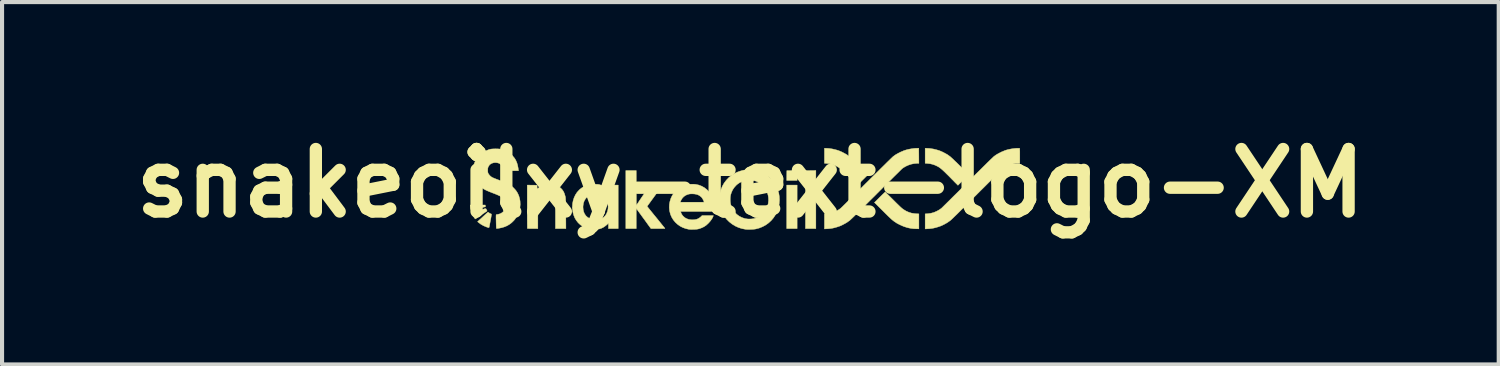
<source format=kicad_pcb>
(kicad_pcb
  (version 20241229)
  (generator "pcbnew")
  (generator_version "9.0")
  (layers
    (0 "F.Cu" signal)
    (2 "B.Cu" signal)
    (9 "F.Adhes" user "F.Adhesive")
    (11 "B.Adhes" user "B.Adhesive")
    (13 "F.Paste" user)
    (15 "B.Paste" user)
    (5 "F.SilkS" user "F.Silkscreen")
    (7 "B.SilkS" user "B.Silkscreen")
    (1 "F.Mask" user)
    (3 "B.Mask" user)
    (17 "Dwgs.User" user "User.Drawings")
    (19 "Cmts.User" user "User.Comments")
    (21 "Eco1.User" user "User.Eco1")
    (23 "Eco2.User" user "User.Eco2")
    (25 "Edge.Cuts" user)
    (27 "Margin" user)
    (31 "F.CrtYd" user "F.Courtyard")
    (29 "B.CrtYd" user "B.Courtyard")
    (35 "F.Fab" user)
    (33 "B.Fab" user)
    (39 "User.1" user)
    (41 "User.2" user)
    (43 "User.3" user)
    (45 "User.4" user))
  (footprint "snakeoilxy-text-logo-XM"
    (layer "F.Cu")
    (at 15.247 1.418)
    (property "Reference" "snakeoilxy-text-logo-XM" (at 0 0 0) (layer "F.SilkS") (effects (font (size 1.524 1.524) (thickness 0.3))))
    (attr through_hole)
    (fp_poly (pts (xy 1.14 1.106) (xy 0.886 1.106) (xy 0.886 0.045) (xy 1.14 0.045) (xy 1.14 1.106)) (stroke (width 0.01) (type solid)) (fill yes) (layer "F.SilkS"))
    (fp_poly (pts (xy 1.14 -0.068) (xy 0.886 -0.068) (xy 0.887 -0.188) (xy 0.889 -0.308) (xy 1.015 -0.309) (xy 1.14 -0.311) (xy 1.14 -0.068)) (stroke (width 0.01) (type solid)) (fill yes) (layer "F.SilkS"))
    (fp_poly (pts (xy 1.597 1.106) (xy 1.343 1.106) (xy 1.345 0.399) (xy 1.346 -0.308) (xy 1.472 -0.309) (xy 1.597 -0.311) (xy 1.597 1.106)) (stroke (width 0.01) (type solid)) (fill yes) (layer "F.SilkS"))
    (fp_poly (pts (xy -6.461 0.552) (xy -6.46 0.566) (xy -6.46 0.574) (xy -6.46 0.574) (xy -6.466 0.576) (xy -6.479 0.579) (xy -6.489 0.581) (xy -6.51 0.585) (xy -6.535 0.591) (xy -6.553 0.595) (xy -6.606 0.606) (xy -6.648 0.615) (xy -6.682 0.623) (xy -6.71 0.629) (xy -6.731 0.634) (xy -6.749 0.638) (xy -6.76 0.641) (xy -6.784 0.646) (xy -6.8 0.648) (xy -6.809 0.648) (xy -6.813 0.643) (xy -6.815 0.639) (xy -6.819 0.623) (xy -6.823 0.601) (xy -6.827 0.578) (xy -6.829 0.557) (xy -6.83 0.546) (xy -6.83 0.531) (xy -6.464 0.531) (xy -6.461 0.552)) (stroke (width 0.01) (type solid)) (fill yes) (layer "F.SilkS"))
    (fp_poly (pts (xy -6.453 0.619) (xy -6.446 0.624) (xy -6.44 0.632) (xy -6.434 0.645) (xy -6.434 0.645) (xy -6.419 0.676) (xy -6.558 0.772) (xy -6.593 0.796) (xy -6.626 0.818) (xy -6.654 0.837) (xy -6.677 0.853) (xy -6.694 0.864) (xy -6.702 0.87) (xy -6.704 0.871) (xy -6.71 0.868) (xy -6.72 0.857) (xy -6.733 0.839) (xy -6.735 0.837) (xy -6.764 0.788) (xy -6.786 0.742) (xy -6.789 0.733) (xy -6.792 0.726) (xy -6.791 0.721) (xy -6.785 0.717) (xy -6.773 0.712) (xy -6.752 0.706) (xy -6.743 0.703) (xy -6.719 0.696) (xy -6.697 0.689) (xy -6.682 0.684) (xy -6.677 0.683) (xy -6.665 0.679) (xy -6.646 0.673) (xy -6.624 0.667) (xy -6.621 0.666) (xy -6.594 0.658) (xy -6.563 0.648) (xy -6.534 0.639) (xy -6.53 0.638) (xy -6.499 0.628) (xy -6.477 0.621) (xy -6.462 0.618) (xy -6.453 0.619)) (stroke (width 0.01) (type solid)) (fill yes) (layer "F.SilkS"))
    (fp_poly (pts (xy -6.372 0.722) (xy -6.354 0.734) (xy -6.336 0.743) (xy -6.33 0.745) (xy -6.317 0.75) (xy -6.312 0.757) (xy -6.313 0.77) (xy -6.313 0.772) (xy -6.317 0.792) (xy -6.322 0.82) (xy -6.327 0.852) (xy -6.334 0.886) (xy -6.34 0.919) (xy -6.342 0.929) (xy -6.346 0.952) (xy -6.352 0.982) (xy -6.357 1.013) (xy -6.359 1.026) (xy -6.365 1.053) (xy -6.369 1.071) (xy -6.374 1.081) (xy -6.378 1.083) (xy -6.387 1.082) (xy -6.404 1.077) (xy -6.425 1.07) (xy -6.432 1.068) (xy -6.506 1.037) (xy -6.574 0.998) (xy -6.632 0.954) (xy -6.652 0.938) (xy -6.638 0.924) (xy -6.623 0.91) (xy -6.603 0.891) (xy -6.578 0.869) (xy -6.551 0.844) (xy -6.523 0.818) (xy -6.496 0.793) (xy -6.47 0.769) (xy -6.447 0.749) (xy -6.428 0.732) (xy -6.416 0.721) (xy -6.411 0.717) (xy -6.396 0.705) (xy -6.372 0.722)) (stroke (width 0.01) (type solid)) (fill yes) (layer "F.SilkS"))
    (fp_poly (pts (xy 1.85 -0.852) (xy 1.877 -0.851) (xy 1.906 -0.849) (xy 1.928 -0.847) (xy 1.951 -0.843) (xy 1.973 -0.84) (xy 1.984 -0.838) (xy 1.999 -0.836) (xy 2.022 -0.831) (xy 2.05 -0.824) (xy 2.08 -0.817) (xy 2.108 -0.809) (xy 2.131 -0.802) (xy 2.155 -0.794) (xy 2.187 -0.781) (xy 2.222 -0.766) (xy 2.238 -0.758) (xy 2.253 -0.751) (xy 2.273 -0.74) (xy 2.295 -0.728) (xy 2.318 -0.716) (xy 2.337 -0.705) (xy 2.351 -0.697) (xy 2.357 -0.693) (xy 2.363 -0.688) (xy 2.377 -0.678) (xy 2.395 -0.665) (xy 2.41 -0.654) (xy 2.426 -0.641) (xy 2.449 -0.62) (xy 2.479 -0.593) (xy 2.515 -0.559) (xy 2.556 -0.52) (xy 2.602 -0.476) (xy 2.651 -0.427) (xy 2.664 -0.414) (xy 2.869 -0.21) (xy 2.738 -0.08) (xy 2.706 -0.048) (xy 2.677 -0.02) (xy 2.652 0.005) (xy 2.631 0.025) (xy 2.616 0.04) (xy 2.607 0.049) (xy 2.606 0.05) (xy 2.602 0.046) (xy 2.591 0.035) (xy 2.573 0.017) (xy 2.55 -0.006) (xy 2.522 -0.034) (xy 2.49 -0.067) (xy 2.455 -0.102) (xy 2.421 -0.136) (xy 2.371 -0.188) (xy 2.327 -0.231) (xy 2.289 -0.269) (xy 2.256 -0.3) (xy 2.227 -0.326) (xy 2.202 -0.348) (xy 2.18 -0.366) (xy 2.159 -0.381) (xy 2.138 -0.395) (xy 2.118 -0.406) (xy 2.105 -0.414) (xy 2.045 -0.442) (xy 1.986 -0.462) (xy 1.926 -0.476) (xy 1.859 -0.483) (xy 1.856 -0.483) (xy 1.806 -0.487) (xy 1.806 -0.852) (xy 1.85 -0.852)) (stroke (width 0.01) (type solid)) (fill yes) (layer "F.SilkS"))
    (fp_poly (pts (xy 4.305 -0.852) (xy 4.333 -0.851) (xy 4.361 -0.849) (xy 4.383 -0.847) (xy 4.406 -0.843) (xy 4.428 -0.84) (xy 4.439 -0.838) (xy 4.455 -0.836) (xy 4.478 -0.831) (xy 4.506 -0.824) (xy 4.535 -0.817) (xy 4.563 -0.809) (xy 4.586 -0.802) (xy 4.611 -0.794) (xy 4.642 -0.781) (xy 4.677 -0.766) (xy 4.693 -0.758) (xy 4.708 -0.751) (xy 4.728 -0.74) (xy 4.751 -0.728) (xy 4.773 -0.716) (xy 4.792 -0.705) (xy 4.807 -0.697) (xy 4.812 -0.693) (xy 4.819 -0.688) (xy 4.832 -0.678) (xy 4.851 -0.665) (xy 4.866 -0.654) (xy 4.882 -0.641) (xy 4.905 -0.62) (xy 4.935 -0.593) (xy 4.97 -0.559) (xy 5.011 -0.52) (xy 5.057 -0.476) (xy 5.106 -0.427) (xy 5.119 -0.414) (xy 5.325 -0.21) (xy 5.193 -0.08) (xy 5.162 -0.048) (xy 5.133 -0.02) (xy 5.107 0.005) (xy 5.087 0.025) (xy 5.072 0.04) (xy 5.063 0.049) (xy 5.061 0.05) (xy 5.057 0.046) (xy 5.046 0.035) (xy 5.028 0.017) (xy 5.005 -0.006) (xy 4.977 -0.034) (xy 4.946 -0.067) (xy 4.91 -0.102) (xy 4.877 -0.136) (xy 4.826 -0.188) (xy 4.782 -0.231) (xy 4.744 -0.269) (xy 4.711 -0.3) (xy 4.683 -0.326) (xy 4.657 -0.348) (xy 4.635 -0.366) (xy 4.614 -0.381) (xy 4.594 -0.395) (xy 4.574 -0.406) (xy 4.56 -0.414) (xy 4.5 -0.442) (xy 4.442 -0.462) (xy 4.381 -0.476) (xy 4.314 -0.483) (xy 4.311 -0.483) (xy 4.262 -0.487) (xy 4.262 -0.852) (xy 4.305 -0.852)) (stroke (width 0.01) (type solid)) (fill yes) (layer "F.SilkS"))
    (fp_poly (pts (xy 3.292 0.218) (xy 3.304 0.229) (xy 3.322 0.247) (xy 3.346 0.27) (xy 3.375 0.299) (xy 3.408 0.331) (xy 3.444 0.367) (xy 3.482 0.405) (xy 3.488 0.411) (xy 3.538 0.461) (xy 3.582 0.504) (xy 3.618 0.539) (xy 3.649 0.569) (xy 3.675 0.593) (xy 3.697 0.612) (xy 3.715 0.626) (xy 3.73 0.637) (xy 3.732 0.639) (xy 3.798 0.679) (xy 3.864 0.708) (xy 3.932 0.729) (xy 4.005 0.74) (xy 4.04 0.743) (xy 4.109 0.747) (xy 4.109 1.112) (xy 4.054 1.111) (xy 4.024 1.11) (xy 3.993 1.109) (xy 3.967 1.107) (xy 3.96 1.106) (xy 3.933 1.103) (xy 3.903 1.098) (xy 3.872 1.092) (xy 3.844 1.086) (xy 3.822 1.08) (xy 3.816 1.079) (xy 3.803 1.074) (xy 3.784 1.068) (xy 3.762 1.061) (xy 3.759 1.061) (xy 3.741 1.054) (xy 3.717 1.044) (xy 3.689 1.032) (xy 3.659 1.018) (xy 3.629 1.004) (xy 3.602 0.99) (xy 3.579 0.978) (xy 3.562 0.968) (xy 3.555 0.963) (xy 3.546 0.956) (xy 3.531 0.947) (xy 3.525 0.943) (xy 3.511 0.934) (xy 3.501 0.927) (xy 3.5 0.926) (xy 3.494 0.921) (xy 3.482 0.911) (xy 3.465 0.898) (xy 3.46 0.895) (xy 3.449 0.885) (xy 3.43 0.868) (xy 3.406 0.845) (xy 3.376 0.817) (xy 3.343 0.785) (xy 3.306 0.749) (xy 3.267 0.71) (xy 3.227 0.67) (xy 3.225 0.668) (xy 3.026 0.47) (xy 3.154 0.342) (xy 3.186 0.311) (xy 3.214 0.283) (xy 3.24 0.258) (xy 3.261 0.238) (xy 3.276 0.224) (xy 3.285 0.216) (xy 3.287 0.214) (xy 3.292 0.218)) (stroke (width 0.01) (type solid)) (fill yes) (layer "F.SilkS"))
    (fp_poly (pts (xy -2.78 0.538) (xy -2.725 0.457) (xy -2.708 0.43) (xy -2.685 0.397) (xy -2.659 0.358) (xy -2.631 0.317) (xy -2.602 0.274) (xy -2.574 0.233) (xy -2.571 0.229) (xy -2.546 0.192) (xy -2.522 0.157) (xy -2.501 0.126) (xy -2.483 0.099) (xy -2.47 0.079) (xy -2.462 0.066) (xy -2.46 0.064) (xy -2.449 0.045) (xy -2.296 0.045) (xy -2.247 0.045) (xy -2.207 0.046) (xy -2.177 0.047) (xy -2.156 0.048) (xy -2.147 0.05) (xy -2.146 0.051) (xy -2.15 0.057) (xy -2.159 0.07) (xy -2.173 0.09) (xy -2.192 0.116) (xy -2.213 0.145) (xy -2.229 0.168) (xy -2.281 0.239) (xy -2.329 0.304) (xy -2.371 0.362) (xy -2.408 0.412) (xy -2.439 0.455) (xy -2.465 0.491) (xy -2.485 0.518) (xy -2.498 0.537) (xy -2.505 0.546) (xy -2.518 0.564) (xy -2.437 0.664) (xy -2.407 0.701) (xy -2.374 0.742) (xy -2.339 0.785) (xy -2.306 0.825) (xy -2.28 0.857) (xy -2.237 0.91) (xy -2.201 0.955) (xy -2.171 0.992) (xy -2.146 1.023) (xy -2.126 1.047) (xy -2.111 1.066) (xy -2.099 1.08) (xy -2.092 1.09) (xy -2.086 1.097) (xy -2.084 1.101) (xy -2.083 1.103) (xy -2.083 1.103) (xy -2.088 1.104) (xy -2.104 1.105) (xy -2.127 1.105) (xy -2.158 1.106) (xy -2.195 1.106) (xy -2.237 1.106) (xy -2.254 1.106) (xy -2.424 1.106) (xy -2.493 1.012) (xy -2.517 0.978) (xy -2.546 0.938) (xy -2.576 0.896) (xy -2.609 0.852) (xy -2.641 0.808) (xy -2.672 0.765) (xy -2.701 0.726) (xy -2.726 0.691) (xy -2.746 0.663) (xy -2.756 0.65) (xy -2.783 0.614) (xy -2.783 1.106) (xy -3.037 1.106) (xy -3.037 -0.31) (xy -2.783 -0.31) (xy -2.78 0.538)) (stroke (width 0.01) (type solid)) (fill yes) (layer "F.SilkS"))
    (fp_poly (pts (xy -4.866 0.026) (xy -4.839 0.027) (xy -4.819 0.028) (xy -4.802 0.03) (xy -4.787 0.033) (xy -4.771 0.038) (xy -4.761 0.041) (xy -4.723 0.055) (xy -4.693 0.07) (xy -4.666 0.086) (xy -4.64 0.106) (xy -4.638 0.107) (xy -4.603 0.14) (xy -4.574 0.175) (xy -4.551 0.213) (xy -4.532 0.259) (xy -4.516 0.313) (xy -4.514 0.319) (xy -4.512 0.328) (xy -4.51 0.338) (xy -4.508 0.349) (xy -4.507 0.362) (xy -4.506 0.378) (xy -4.505 0.398) (xy -4.504 0.423) (xy -4.503 0.454) (xy -4.502 0.491) (xy -4.502 0.535) (xy -4.501 0.589) (xy -4.501 0.651) (xy -4.5 0.724) (xy -4.5 0.735) (xy -4.498 1.106) (xy -4.753 1.106) (xy -4.753 0.845) (xy -4.753 0.759) (xy -4.753 0.683) (xy -4.755 0.617) (xy -4.756 0.56) (xy -4.759 0.51) (xy -4.762 0.468) (xy -4.766 0.433) (xy -4.772 0.403) (xy -4.778 0.378) (xy -4.785 0.357) (xy -4.794 0.339) (xy -4.805 0.324) (xy -4.817 0.31) (xy -4.821 0.306) (xy -4.853 0.282) (xy -4.891 0.267) (xy -4.932 0.259) (xy -4.976 0.259) (xy -5.019 0.266) (xy -5.061 0.282) (xy -5.097 0.305) (xy -5.107 0.313) (xy -5.134 0.344) (xy -5.155 0.385) (xy -5.17 0.433) (xy -5.173 0.448) (xy -5.175 0.462) (xy -5.177 0.477) (xy -5.178 0.497) (xy -5.179 0.521) (xy -5.18 0.55) (xy -5.181 0.585) (xy -5.181 0.629) (xy -5.181 0.68) (xy -5.182 0.741) (xy -5.182 0.802) (xy -5.182 1.106) (xy -5.308 1.106) (xy -5.344 1.106) (xy -5.377 1.106) (xy -5.404 1.105) (xy -5.424 1.104) (xy -5.436 1.103) (xy -5.437 1.103) (xy -5.438 1.096) (xy -5.439 1.08) (xy -5.439 1.054) (xy -5.439 1.018) (xy -5.44 0.975) (xy -5.44 0.924) (xy -5.441 0.867) (xy -5.441 0.804) (xy -5.441 0.736) (xy -5.441 0.664) (xy -5.441 0.589) (xy -5.441 0.572) (xy -5.441 0.045) (xy -5.321 0.046) (xy -5.201 0.048) (xy -5.2 0.094) (xy -5.198 0.141) (xy -5.161 0.111) (xy -5.113 0.077) (xy -5.065 0.051) (xy -5.032 0.038) (xy -5.018 0.033) (xy -5.003 0.03) (xy -4.985 0.028) (xy -4.963 0.027) (xy -4.933 0.026) (xy -4.902 0.026) (xy -4.866 0.026)) (stroke (width 0.01) (type solid)) (fill yes) (layer "F.SilkS"))
    (fp_poly (pts (xy -3.767 0.026) (xy -3.739 0.026) (xy -3.717 0.027) (xy -3.699 0.03) (xy -3.683 0.033) (xy -3.667 0.037) (xy -3.663 0.039) (xy -3.609 0.059) (xy -3.562 0.087) (xy -3.517 0.123) (xy -3.504 0.136) (xy -3.46 0.179) (xy -3.46 0.045) (xy -3.223 0.045) (xy -3.223 1.106) (xy -3.46 1.106) (xy -3.46 1.037) (xy -3.461 1.007) (xy -3.461 0.988) (xy -3.463 0.978) (xy -3.465 0.977) (xy -3.466 0.978) (xy -3.476 0.99) (xy -3.493 1.006) (xy -3.514 1.024) (xy -3.538 1.043) (xy -3.563 1.06) (xy -3.585 1.075) (xy -3.596 1.081) (xy -3.632 1.098) (xy -3.666 1.11) (xy -3.702 1.119) (xy -3.742 1.124) (xy -3.787 1.126) (xy -3.819 1.127) (xy -3.849 1.126) (xy -3.875 1.125) (xy -3.894 1.124) (xy -3.895 1.124) (xy -3.931 1.116) (xy -3.972 1.105) (xy -4.014 1.09) (xy -4.053 1.074) (xy -4.081 1.059) (xy -4.144 1.015) (xy -4.199 0.964) (xy -4.245 0.906) (xy -4.283 0.842) (xy -4.311 0.771) (xy -4.33 0.696) (xy -4.34 0.615) (xy -4.34 0.585) (xy -4.081 0.585) (xy -4.076 0.647) (xy -4.062 0.703) (xy -4.039 0.753) (xy -4.007 0.797) (xy -3.966 0.833) (xy -3.917 0.861) (xy -3.864 0.881) (xy -3.832 0.887) (xy -3.793 0.891) (xy -3.752 0.891) (xy -3.713 0.888) (xy -3.686 0.883) (xy -3.635 0.865) (xy -3.589 0.839) (xy -3.549 0.803) (xy -3.518 0.761) (xy -3.508 0.743) (xy -3.484 0.684) (xy -3.471 0.626) (xy -3.468 0.568) (xy -3.473 0.522) (xy -3.488 0.462) (xy -3.511 0.408) (xy -3.543 0.362) (xy -3.581 0.324) (xy -3.627 0.294) (xy -3.678 0.273) (xy -3.734 0.261) (xy -3.776 0.259) (xy -3.835 0.263) (xy -3.887 0.276) (xy -3.933 0.298) (xy -3.976 0.33) (xy -3.988 0.341) (xy -4.025 0.386) (xy -4.053 0.436) (xy -4.071 0.492) (xy -4.08 0.555) (xy -4.081 0.585) (xy -4.34 0.585) (xy -4.341 0.579) (xy -4.336 0.498) (xy -4.321 0.421) (xy -4.297 0.348) (xy -4.265 0.281) (xy -4.224 0.219) (xy -4.175 0.166) (xy -4.174 0.164) (xy -4.139 0.134) (xy -4.107 0.11) (xy -4.072 0.089) (xy -4.04 0.073) (xy -4.002 0.057) (xy -3.968 0.044) (xy -3.937 0.036) (xy -3.903 0.03) (xy -3.865 0.027) (xy -3.82 0.026) (xy -3.804 0.026) (xy -3.767 0.026)) (stroke (width 0.01) (type solid)) (fill yes) (layer "F.SilkS"))
    (fp_poly (pts (xy 0.022 -0.329) (xy 0.069 -0.326) (xy 0.111 -0.321) (xy 0.133 -0.317) (xy 0.224 -0.291) (xy 0.308 -0.255) (xy 0.385 -0.211) (xy 0.456 -0.157) (xy 0.52 -0.094) (xy 0.577 -0.022) (xy 0.596 0.006) (xy 0.637 0.079) (xy 0.669 0.159) (xy 0.693 0.242) (xy 0.706 0.327) (xy 0.71 0.413) (xy 0.703 0.497) (xy 0.703 0.497) (xy 0.696 0.542) (xy 0.688 0.581) (xy 0.678 0.616) (xy 0.666 0.653) (xy 0.654 0.682) (xy 0.615 0.763) (xy 0.568 0.838) (xy 0.512 0.905) (xy 0.449 0.964) (xy 0.378 1.016) (xy 0.301 1.058) (xy 0.218 1.092) (xy 0.133 1.115) (xy 0.105 1.119) (xy 0.07 1.123) (xy 0.029 1.125) (xy -0.013 1.127) (xy -0.054 1.127) (xy -0.09 1.126) (xy -0.119 1.123) (xy -0.206 1.106) (xy -0.291 1.079) (xy -0.371 1.042) (xy -0.446 0.996) (xy -0.516 0.941) (xy -0.578 0.879) (xy -0.633 0.81) (xy -0.674 0.743) (xy -0.709 0.667) (xy -0.735 0.587) (xy -0.752 0.503) (xy -0.76 0.419) (xy -0.758 0.38) (xy -0.491 0.38) (xy -0.491 0.432) (xy -0.486 0.481) (xy -0.479 0.516) (xy -0.456 0.586) (xy -0.423 0.65) (xy -0.382 0.708) (xy -0.333 0.758) (xy -0.276 0.8) (xy -0.213 0.834) (xy -0.144 0.858) (xy -0.119 0.864) (xy -0.072 0.871) (xy -0.02 0.873) (xy 0.033 0.87) (xy 0.084 0.863) (xy 0.104 0.858) (xy 0.17 0.836) (xy 0.231 0.803) (xy 0.286 0.762) (xy 0.334 0.714) (xy 0.374 0.658) (xy 0.389 0.629) (xy 0.417 0.562) (xy 0.435 0.493) (xy 0.443 0.424) (xy 0.441 0.356) (xy 0.431 0.289) (xy 0.411 0.225) (xy 0.384 0.165) (xy 0.349 0.109) (xy 0.306 0.058) (xy 0.256 0.015) (xy 0.199 -0.022) (xy 0.136 -0.05) (xy 0.117 -0.056) (xy 0.052 -0.071) (xy -0.015 -0.077) (xy -0.071 -0.074) (xy -0.142 -0.061) (xy -0.206 -0.041) (xy -0.263 -0.013) (xy -0.315 0.023) (xy -0.343 0.047) (xy -0.392 0.101) (xy -0.432 0.16) (xy -0.462 0.226) (xy -0.48 0.283) (xy -0.488 0.329) (xy -0.491 0.38) (xy -0.758 0.38) (xy -0.757 0.337) (xy -0.757 0.335) (xy -0.742 0.242) (xy -0.717 0.154) (xy -0.683 0.072) (xy -0.64 -0.004) (xy -0.587 -0.074) (xy -0.526 -0.138) (xy -0.457 -0.194) (xy -0.379 -0.242) (xy -0.356 -0.254) (xy -0.313 -0.273) (xy -0.263 -0.291) (xy -0.21 -0.307) (xy -0.159 -0.32) (xy -0.158 -0.32) (xy -0.121 -0.325) (xy -0.076 -0.329) (xy -0.028 -0.33) (xy 0.022 -0.329)) (stroke (width 0.01) (type solid)) (fill yes) (layer "F.SilkS"))
    (fp_poly (pts (xy -1.361 0.025) (xy -1.332 0.028) (xy -1.258 0.044) (xy -1.188 0.071) (xy -1.123 0.107) (xy -1.064 0.152) (xy -1.011 0.205) (xy -0.966 0.265) (xy -0.929 0.333) (xy -0.917 0.362) (xy -0.9 0.411) (xy -0.888 0.459) (xy -0.881 0.51) (xy -0.878 0.567) (xy -0.878 0.584) (xy -0.878 0.615) (xy -0.879 0.642) (xy -0.88 0.663) (xy -0.881 0.676) (xy -0.882 0.679) (xy -0.883 0.681) (xy -0.886 0.682) (xy -0.891 0.684) (xy -0.899 0.685) (xy -0.91 0.686) (xy -0.926 0.687) (xy -0.948 0.687) (xy -0.976 0.688) (xy -1.01 0.688) (xy -1.052 0.688) (xy -1.102 0.688) (xy -1.162 0.689) (xy -1.231 0.689) (xy -1.293 0.689) (xy -1.7 0.689) (xy -1.696 0.704) (xy -1.685 0.736) (xy -1.666 0.769) (xy -1.642 0.8) (xy -1.634 0.808) (xy -1.594 0.842) (xy -1.549 0.866) (xy -1.498 0.883) (xy -1.44 0.891) (xy -1.407 0.892) (xy -1.352 0.888) (xy -1.304 0.877) (xy -1.261 0.858) (xy -1.222 0.83) (xy -1.204 0.814) (xy -1.18 0.79) (xy -0.902 0.79) (xy -0.906 0.803) (xy -0.922 0.841) (xy -0.947 0.882) (xy -0.979 0.925) (xy -1.017 0.968) (xy -1.034 0.985) (xy -1.082 1.028) (xy -1.132 1.061) (xy -1.186 1.087) (xy -1.246 1.109) (xy -1.262 1.113) (xy -1.286 1.118) (xy -1.318 1.122) (xy -1.356 1.125) (xy -1.395 1.126) (xy -1.434 1.127) (xy -1.468 1.126) (xy -1.495 1.124) (xy -1.496 1.124) (xy -1.573 1.107) (xy -1.646 1.081) (xy -1.714 1.046) (xy -1.776 1.002) (xy -1.831 0.951) (xy -1.879 0.893) (xy -1.918 0.829) (xy -1.948 0.76) (xy -1.952 0.746) (xy -1.971 0.67) (xy -1.978 0.593) (xy -1.975 0.516) (xy -1.965 0.463) (xy -1.71 0.463) (xy -1.128 0.463) (xy -1.132 0.45) (xy -1.141 0.425) (xy -1.155 0.396) (xy -1.171 0.369) (xy -1.188 0.346) (xy -1.198 0.335) (xy -1.236 0.305) (xy -1.276 0.283) (xy -1.32 0.269) (xy -1.371 0.261) (xy -1.417 0.259) (xy -1.448 0.259) (xy -1.472 0.261) (xy -1.493 0.264) (xy -1.513 0.269) (xy -1.527 0.273) (xy -1.579 0.295) (xy -1.622 0.325) (xy -1.658 0.362) (xy -1.687 0.408) (xy -1.701 0.439) (xy -1.71 0.463) (xy -1.965 0.463) (xy -1.961 0.441) (xy -1.938 0.368) (xy -1.905 0.298) (xy -1.862 0.234) (xy -1.835 0.202) (xy -1.791 0.16) (xy -1.739 0.12) (xy -1.681 0.086) (xy -1.621 0.057) (xy -1.569 0.04) (xy -1.536 0.032) (xy -1.494 0.027) (xy -1.449 0.024) (xy -1.403 0.023) (xy -1.361 0.025)) (stroke (width 0.01) (type solid)) (fill yes) (layer "F.SilkS"))
    (fp_poly (pts (xy 4.108 -0.67) (xy 4.109 -0.485) (xy 4.067 -0.485) (xy 3.997 -0.48) (xy 3.926 -0.466) (xy 3.856 -0.443) (xy 3.789 -0.413) (xy 3.728 -0.377) (xy 3.7 -0.356) (xy 3.694 -0.35) (xy 3.681 -0.337) (xy 3.66 -0.317) (xy 3.633 -0.29) (xy 3.6 -0.257) (xy 3.561 -0.219) (xy 3.516 -0.175) (xy 3.467 -0.126) (xy 3.414 -0.073) (xy 3.356 -0.016) (xy 3.295 0.045) (xy 3.231 0.108) (xy 3.165 0.174) (xy 3.096 0.243) (xy 3.082 0.257) (xy 2.998 0.341) (xy 2.921 0.417) (xy 2.852 0.486) (xy 2.79 0.548) (xy 2.734 0.604) (xy 2.684 0.653) (xy 2.639 0.697) (xy 2.6 0.736) (xy 2.566 0.769) (xy 2.537 0.798) (xy 2.511 0.823) (xy 2.489 0.844) (xy 2.471 0.862) (xy 2.455 0.876) (xy 2.442 0.888) (xy 2.432 0.898) (xy 2.423 0.906) (xy 2.415 0.912) (xy 2.408 0.917) (xy 2.402 0.921) (xy 2.397 0.925) (xy 2.383 0.934) (xy 2.373 0.941) (xy 2.371 0.943) (xy 2.362 0.95) (xy 2.345 0.961) (xy 2.322 0.974) (xy 2.295 0.989) (xy 2.267 1.004) (xy 2.24 1.018) (xy 2.215 1.03) (xy 2.195 1.039) (xy 2.19 1.041) (xy 2.127 1.063) (xy 2.07 1.08) (xy 2.018 1.093) (xy 1.967 1.102) (xy 1.914 1.108) (xy 1.884 1.11) (xy 1.806 1.114) (xy 1.806 0.747) (xy 1.867 0.743) (xy 1.943 0.733) (xy 2.014 0.714) (xy 2.084 0.685) (xy 2.131 0.66) (xy 2.155 0.645) (xy 2.18 0.628) (xy 2.2 0.613) (xy 2.204 0.61) (xy 2.211 0.603) (xy 2.226 0.589) (xy 2.248 0.568) (xy 2.276 0.54) (xy 2.311 0.506) (xy 2.351 0.466) (xy 2.396 0.421) (xy 2.447 0.371) (xy 2.501 0.317) (xy 2.559 0.259) (xy 2.621 0.198) (xy 2.686 0.133) (xy 2.753 0.066) (xy 2.822 -0.003) (xy 2.845 -0.025) (xy 2.915 -0.095) (xy 2.982 -0.162) (xy 3.048 -0.227) (xy 3.111 -0.289) (xy 3.17 -0.348) (xy 3.226 -0.403) (xy 3.278 -0.454) (xy 3.325 -0.501) (xy 3.367 -0.542) (xy 3.403 -0.577) (xy 3.433 -0.606) (xy 3.457 -0.629) (xy 3.474 -0.645) (xy 3.484 -0.654) (xy 3.485 -0.655) (xy 3.501 -0.666) (xy 3.512 -0.674) (xy 3.516 -0.677) (xy 3.524 -0.683) (xy 3.539 -0.693) (xy 3.56 -0.706) (xy 3.585 -0.72) (xy 3.611 -0.734) (xy 3.637 -0.747) (xy 3.66 -0.759) (xy 3.678 -0.767) (xy 3.678 -0.767) (xy 3.7 -0.776) (xy 3.719 -0.784) (xy 3.732 -0.79) (xy 3.734 -0.791) (xy 3.774 -0.805) (xy 3.822 -0.819) (xy 3.875 -0.831) (xy 3.932 -0.841) (xy 3.988 -0.849) (xy 4.041 -0.853) (xy 4.057 -0.853) (xy 4.106 -0.854) (xy 4.108 -0.67)) (stroke (width 0.01) (type solid)) (fill yes) (layer "F.SilkS"))
    (fp_poly (pts (xy 6.563 -0.853) (xy 6.565 -0.85) (xy 6.567 -0.842) (xy 6.568 -0.828) (xy 6.569 -0.806) (xy 6.57 -0.777) (xy 6.57 -0.738) (xy 6.57 -0.689) (xy 6.57 -0.669) (xy 6.57 -0.485) (xy 6.525 -0.485) (xy 6.454 -0.48) (xy 6.381 -0.466) (xy 6.31 -0.443) (xy 6.242 -0.412) (xy 6.181 -0.375) (xy 6.155 -0.356) (xy 6.149 -0.35) (xy 6.136 -0.337) (xy 6.115 -0.317) (xy 6.088 -0.29) (xy 6.055 -0.257) (xy 6.016 -0.219) (xy 5.972 -0.175) (xy 5.922 -0.126) (xy 5.869 -0.073) (xy 5.811 -0.016) (xy 5.75 0.045) (xy 5.687 0.108) (xy 5.62 0.174) (xy 5.551 0.243) (xy 5.537 0.257) (xy 5.453 0.341) (xy 5.377 0.417) (xy 5.307 0.486) (xy 5.245 0.548) (xy 5.189 0.604) (xy 5.139 0.653) (xy 5.095 0.697) (xy 5.056 0.736) (xy 5.022 0.769) (xy 4.992 0.798) (xy 4.966 0.823) (xy 4.945 0.844) (xy 4.926 0.862) (xy 4.911 0.876) (xy 4.898 0.888) (xy 4.887 0.898) (xy 4.878 0.906) (xy 4.87 0.912) (xy 4.864 0.917) (xy 4.858 0.921) (xy 4.852 0.925) (xy 4.838 0.934) (xy 4.828 0.941) (xy 4.826 0.943) (xy 4.817 0.95) (xy 4.8 0.961) (xy 4.777 0.974) (xy 4.751 0.989) (xy 4.723 1.004) (xy 4.695 1.018) (xy 4.67 1.03) (xy 4.65 1.039) (xy 4.645 1.041) (xy 4.582 1.063) (xy 4.525 1.08) (xy 4.473 1.093) (xy 4.422 1.102) (xy 4.37 1.108) (xy 4.339 1.11) (xy 4.262 1.114) (xy 4.262 0.747) (xy 4.322 0.743) (xy 4.398 0.733) (xy 4.47 0.714) (xy 4.539 0.685) (xy 4.586 0.66) (xy 4.611 0.645) (xy 4.635 0.628) (xy 4.655 0.613) (xy 4.659 0.61) (xy 4.667 0.603) (xy 4.681 0.589) (xy 4.703 0.568) (xy 4.731 0.54) (xy 4.766 0.506) (xy 4.806 0.466) (xy 4.852 0.421) (xy 4.902 0.371) (xy 4.956 0.317) (xy 5.015 0.259) (xy 5.077 0.198) (xy 5.141 0.133) (xy 5.209 0.066) (xy 5.278 -0.003) (xy 5.3 -0.025) (xy 5.37 -0.095) (xy 5.438 -0.162) (xy 5.503 -0.227) (xy 5.566 -0.289) (xy 5.626 -0.348) (xy 5.681 -0.403) (xy 5.733 -0.454) (xy 5.78 -0.501) (xy 5.822 -0.542) (xy 5.858 -0.577) (xy 5.889 -0.606) (xy 5.913 -0.629) (xy 5.93 -0.645) (xy 5.939 -0.654) (xy 5.941 -0.655) (xy 5.956 -0.666) (xy 5.968 -0.674) (xy 5.972 -0.677) (xy 5.979 -0.683) (xy 5.994 -0.693) (xy 6.016 -0.706) (xy 6.04 -0.72) (xy 6.067 -0.734) (xy 6.092 -0.747) (xy 6.115 -0.759) (xy 6.133 -0.767) (xy 6.133 -0.767) (xy 6.155 -0.776) (xy 6.174 -0.784) (xy 6.187 -0.79) (xy 6.189 -0.791) (xy 6.23 -0.806) (xy 6.28 -0.82) (xy 6.335 -0.832) (xy 6.392 -0.842) (xy 6.449 -0.849) (xy 6.503 -0.853) (xy 6.551 -0.853) (xy 6.563 -0.853)) (stroke (width 0.01) (type solid)) (fill yes) (layer "F.SilkS"))
    (fp_poly (pts (xy -6.17 -0.838) (xy -6.131 -0.836) (xy -6.098 -0.833) (xy -6.073 -0.828) (xy -5.994 -0.801) (xy -5.924 -0.768) (xy -5.861 -0.726) (xy -5.806 -0.677) (xy -5.757 -0.619) (xy -5.745 -0.603) (xy -5.717 -0.554) (xy -5.694 -0.501) (xy -5.676 -0.441) (xy -5.663 -0.374) (xy -5.658 -0.337) (xy -5.654 -0.305) (xy -5.837 -0.306) (xy -6.019 -0.308) (xy -6.026 -0.343) (xy -6.038 -0.385) (xy -6.054 -0.42) (xy -6.076 -0.449) (xy -6.081 -0.453) (xy -6.112 -0.478) (xy -6.15 -0.494) (xy -6.191 -0.502) (xy -6.233 -0.503) (xy -6.275 -0.496) (xy -6.313 -0.482) (xy -6.347 -0.46) (xy -6.363 -0.444) (xy -6.371 -0.432) (xy -6.382 -0.415) (xy -6.388 -0.404) (xy -6.395 -0.389) (xy -6.4 -0.376) (xy -6.402 -0.361) (xy -6.403 -0.34) (xy -6.404 -0.319) (xy -6.403 -0.292) (xy -6.402 -0.272) (xy -6.399 -0.258) (xy -6.394 -0.244) (xy -6.389 -0.234) (xy -6.37 -0.207) (xy -6.345 -0.179) (xy -6.316 -0.155) (xy -6.293 -0.141) (xy -6.277 -0.134) (xy -6.255 -0.124) (xy -6.228 -0.113) (xy -6.209 -0.106) (xy -6.182 -0.095) (xy -6.156 -0.086) (xy -6.135 -0.077) (xy -6.124 -0.073) (xy -6.108 -0.067) (xy -6.085 -0.058) (xy -6.059 -0.048) (xy -6.038 -0.04) (xy -5.966 -0.01) (xy -5.905 0.02) (xy -5.851 0.052) (xy -5.805 0.086) (xy -5.769 0.118) (xy -5.718 0.175) (xy -5.677 0.238) (xy -5.646 0.306) (xy -5.625 0.38) (xy -5.615 0.44) (xy -5.612 0.519) (xy -5.619 0.597) (xy -5.636 0.674) (xy -5.663 0.748) (xy -5.699 0.817) (xy -5.743 0.881) (xy -5.769 0.911) (xy -5.82 0.961) (xy -5.874 1.002) (xy -5.931 1.036) (xy -5.994 1.063) (xy -6.063 1.084) (xy -6.14 1.099) (xy -6.168 1.103) (xy -6.183 1.105) (xy -6.191 1.102) (xy -6.194 1.096) (xy -6.194 1.094) (xy -6.195 1.085) (xy -6.196 1.066) (xy -6.197 1.04) (xy -6.198 1.006) (xy -6.199 0.968) (xy -6.2 0.927) (xy -6.2 0.924) (xy -6.201 0.877) (xy -6.202 0.839) (xy -6.202 0.811) (xy -6.201 0.79) (xy -6.2 0.777) (xy -6.199 0.769) (xy -6.197 0.766) (xy -6.196 0.765) (xy -6.187 0.764) (xy -6.171 0.761) (xy -6.152 0.758) (xy -6.104 0.745) (xy -6.061 0.722) (xy -6.023 0.691) (xy -5.992 0.652) (xy -5.979 0.628) (xy -5.972 0.612) (xy -5.967 0.597) (xy -5.965 0.581) (xy -5.964 0.56) (xy -5.964 0.536) (xy -5.966 0.494) (xy -5.972 0.458) (xy -5.984 0.427) (xy -6.002 0.397) (xy -6.01 0.387) (xy -6.023 0.371) (xy -6.038 0.356) (xy -6.057 0.342) (xy -6.079 0.327) (xy -6.106 0.312) (xy -6.14 0.296) (xy -6.18 0.278) (xy -6.229 0.258) (xy -6.287 0.236) (xy -6.327 0.22) (xy -6.39 0.195) (xy -6.444 0.171) (xy -6.49 0.147) (xy -6.531 0.122) (xy -6.568 0.094) (xy -6.602 0.064) (xy -6.621 0.045) (xy -6.669 -0.012) (xy -6.707 -0.074) (xy -6.736 -0.142) (xy -6.754 -0.214) (xy -6.762 -0.289) (xy -6.762 -0.308) (xy -6.756 -0.384) (xy -6.741 -0.458) (xy -6.715 -0.527) (xy -6.68 -0.591) (xy -6.636 -0.65) (xy -6.585 -0.703) (xy -6.525 -0.749) (xy -6.458 -0.787) (xy -6.385 -0.817) (xy -6.35 -0.828) (xy -6.325 -0.833) (xy -6.292 -0.836) (xy -6.253 -0.838) (xy -6.211 -0.839) (xy -6.17 -0.838)) (stroke (width 0.01) (type solid)) (fill yes) (layer "F.SilkS")))
  (gr_rect
    (start -3 -3)
    (end 33.495 5.836)
    (stroke (width 0.1) (type default))
    (fill no)
    (layer "Edge.Cuts")))
</source>
